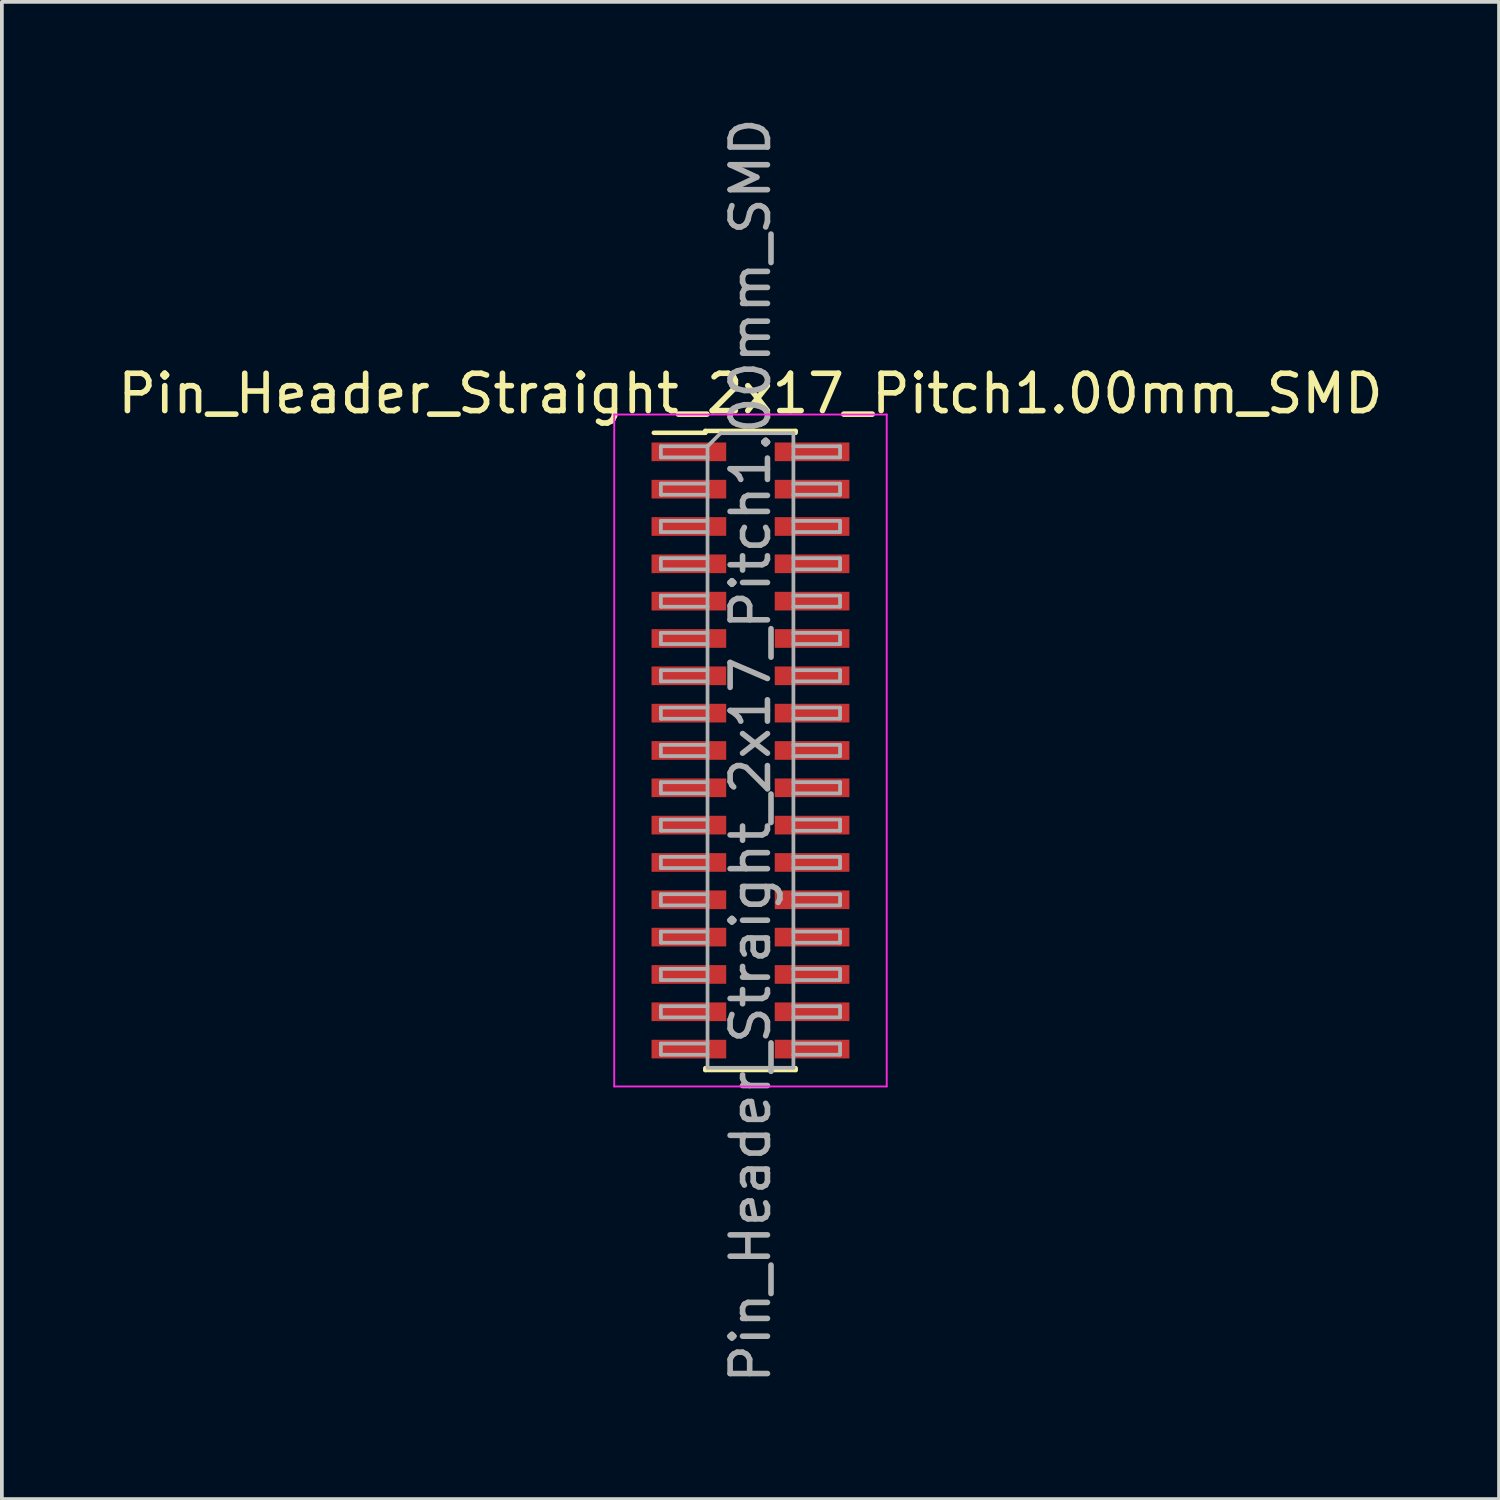
<source format=kicad_pcb>
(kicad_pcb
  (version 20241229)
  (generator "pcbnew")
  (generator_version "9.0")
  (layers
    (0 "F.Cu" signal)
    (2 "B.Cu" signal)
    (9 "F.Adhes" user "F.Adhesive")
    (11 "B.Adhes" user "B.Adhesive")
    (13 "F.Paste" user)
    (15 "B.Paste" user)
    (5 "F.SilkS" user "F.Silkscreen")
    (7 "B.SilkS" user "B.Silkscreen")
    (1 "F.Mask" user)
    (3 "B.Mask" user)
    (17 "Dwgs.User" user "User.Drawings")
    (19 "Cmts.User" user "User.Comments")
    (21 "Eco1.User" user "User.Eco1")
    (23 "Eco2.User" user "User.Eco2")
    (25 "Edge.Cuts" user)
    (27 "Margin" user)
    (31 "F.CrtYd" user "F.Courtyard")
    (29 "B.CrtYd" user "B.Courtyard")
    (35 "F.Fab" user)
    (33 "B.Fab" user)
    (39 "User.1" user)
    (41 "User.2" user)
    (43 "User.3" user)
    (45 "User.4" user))
  (footprint "Pin_Header_Straight_2x17_Pitch1.00mm_SMD"
    (layer "F.Cu")
    (at 17.054 17.054)
    (property "Reference" "Pin_Header_Straight_2x17_Pitch1.00mm_SMD" (at 0 -9.56 0) (layer "F.SilkS") (effects (font (size 1 1) (thickness 0.15))))
    (attr smd)
    (fp_line (start -2.59 -8.51) (end -1.21 -8.51) (stroke (width 0.12) (type solid)) (layer "F.SilkS"))
    (fp_line (start -1.21 -8.56) (end -1.21 -8.51) (stroke (width 0.12) (type solid)) (layer "F.SilkS"))
    (fp_line (start -1.21 -8.56) (end 1.21 -8.56) (stroke (width 0.12) (type solid)) (layer "F.SilkS"))
    (fp_line (start -1.21 8.51) (end -1.21 8.56) (stroke (width 0.12) (type solid)) (layer "F.SilkS"))
    (fp_line (start -1.21 8.56) (end 1.21 8.56) (stroke (width 0.12) (type solid)) (layer "F.SilkS"))
    (fp_line (start 1.21 -8.56) (end 1.21 -8.51) (stroke (width 0.12) (type solid)) (layer "F.SilkS"))
    (fp_line (start 1.21 8.51) (end 1.21 8.56) (stroke (width 0.12) (type solid)) (layer "F.SilkS"))
    (fp_line (start -3.65 -9) (end -3.65 9) (stroke (width 0.05) (type solid)) (layer "F.CrtYd"))
    (fp_line (start -3.65 9) (end 3.65 9) (stroke (width 0.05) (type solid)) (layer "F.CrtYd"))
    (fp_line (start 3.65 -9) (end -3.65 -9) (stroke (width 0.05) (type solid)) (layer "F.CrtYd"))
    (fp_line (start 3.65 9) (end 3.65 -9) (stroke (width 0.05) (type solid)) (layer "F.CrtYd"))
    (fp_line (start -2.4 -8.15) (end -2.4 -7.85) (stroke (width 0.1) (type solid)) (layer "F.Fab"))
    (fp_line (start -2.4 -7.85) (end -1.15 -7.85) (stroke (width 0.1) (type solid)) (layer "F.Fab"))
    (fp_line (start -2.4 -7.15) (end -2.4 -6.85) (stroke (width 0.1) (type solid)) (layer "F.Fab"))
    (fp_line (start -2.4 -6.85) (end -1.15 -6.85) (stroke (width 0.1) (type solid)) (layer "F.Fab"))
    (fp_line (start -2.4 -6.15) (end -2.4 -5.85) (stroke (width 0.1) (type solid)) (layer "F.Fab"))
    (fp_line (start -2.4 -5.85) (end -1.15 -5.85) (stroke (width 0.1) (type solid)) (layer "F.Fab"))
    (fp_line (start -2.4 -5.15) (end -2.4 -4.85) (stroke (width 0.1) (type solid)) (layer "F.Fab"))
    (fp_line (start -2.4 -4.85) (end -1.15 -4.85) (stroke (width 0.1) (type solid)) (layer "F.Fab"))
    (fp_line (start -2.4 -4.15) (end -2.4 -3.85) (stroke (width 0.1) (type solid)) (layer "F.Fab"))
    (fp_line (start -2.4 -3.85) (end -1.15 -3.85) (stroke (width 0.1) (type solid)) (layer "F.Fab"))
    (fp_line (start -2.4 -3.15) (end -2.4 -2.85) (stroke (width 0.1) (type solid)) (layer "F.Fab"))
    (fp_line (start -2.4 -2.85) (end -1.15 -2.85) (stroke (width 0.1) (type solid)) (layer "F.Fab"))
    (fp_line (start -2.4 -2.15) (end -2.4 -1.85) (stroke (width 0.1) (type solid)) (layer "F.Fab"))
    (fp_line (start -2.4 -1.85) (end -1.15 -1.85) (stroke (width 0.1) (type solid)) (layer "F.Fab"))
    (fp_line (start -2.4 -1.15) (end -2.4 -0.85) (stroke (width 0.1) (type solid)) (layer "F.Fab"))
    (fp_line (start -2.4 -0.85) (end -1.15 -0.85) (stroke (width 0.1) (type solid)) (layer "F.Fab"))
    (fp_line (start -2.4 -0.15) (end -2.4 0.15) (stroke (width 0.1) (type solid)) (layer "F.Fab"))
    (fp_line (start -2.4 0.15) (end -1.15 0.15) (stroke (width 0.1) (type solid)) (layer "F.Fab"))
    (fp_line (start -2.4 0.85) (end -2.4 1.15) (stroke (width 0.1) (type solid)) (layer "F.Fab"))
    (fp_line (start -2.4 1.15) (end -1.15 1.15) (stroke (width 0.1) (type solid)) (layer "F.Fab"))
    (fp_line (start -2.4 1.85) (end -2.4 2.15) (stroke (width 0.1) (type solid)) (layer "F.Fab"))
    (fp_line (start -2.4 2.15) (end -1.15 2.15) (stroke (width 0.1) (type solid)) (layer "F.Fab"))
    (fp_line (start -2.4 2.85) (end -2.4 3.15) (stroke (width 0.1) (type solid)) (layer "F.Fab"))
    (fp_line (start -2.4 3.15) (end -1.15 3.15) (stroke (width 0.1) (type solid)) (layer "F.Fab"))
    (fp_line (start -2.4 3.85) (end -2.4 4.15) (stroke (width 0.1) (type solid)) (layer "F.Fab"))
    (fp_line (start -2.4 4.15) (end -1.15 4.15) (stroke (width 0.1) (type solid)) (layer "F.Fab"))
    (fp_line (start -2.4 4.85) (end -2.4 5.15) (stroke (width 0.1) (type solid)) (layer "F.Fab"))
    (fp_line (start -2.4 5.15) (end -1.15 5.15) (stroke (width 0.1) (type solid)) (layer "F.Fab"))
    (fp_line (start -2.4 5.85) (end -2.4 6.15) (stroke (width 0.1) (type solid)) (layer "F.Fab"))
    (fp_line (start -2.4 6.15) (end -1.15 6.15) (stroke (width 0.1) (type solid)) (layer "F.Fab"))
    (fp_line (start -2.4 6.85) (end -2.4 7.15) (stroke (width 0.1) (type solid)) (layer "F.Fab"))
    (fp_line (start -2.4 7.15) (end -1.15 7.15) (stroke (width 0.1) (type solid)) (layer "F.Fab"))
    (fp_line (start -2.4 7.85) (end -2.4 8.15) (stroke (width 0.1) (type solid)) (layer "F.Fab"))
    (fp_line (start -2.4 8.15) (end -1.15 8.15) (stroke (width 0.1) (type solid)) (layer "F.Fab"))
    (fp_line (start -1.15 -8.15) (end -2.4 -8.15) (stroke (width 0.1) (type solid)) (layer "F.Fab"))
    (fp_line (start -1.15 -8.15) (end -0.8 -8.5) (stroke (width 0.1) (type solid)) (layer "F.Fab"))
    (fp_line (start -1.15 -7.15) (end -2.4 -7.15) (stroke (width 0.1) (type solid)) (layer "F.Fab"))
    (fp_line (start -1.15 -6.15) (end -2.4 -6.15) (stroke (width 0.1) (type solid)) (layer "F.Fab"))
    (fp_line (start -1.15 -5.15) (end -2.4 -5.15) (stroke (width 0.1) (type solid)) (layer "F.Fab"))
    (fp_line (start -1.15 -4.15) (end -2.4 -4.15) (stroke (width 0.1) (type solid)) (layer "F.Fab"))
    (fp_line (start -1.15 -3.15) (end -2.4 -3.15) (stroke (width 0.1) (type solid)) (layer "F.Fab"))
    (fp_line (start -1.15 -2.15) (end -2.4 -2.15) (stroke (width 0.1) (type solid)) (layer "F.Fab"))
    (fp_line (start -1.15 -1.15) (end -2.4 -1.15) (stroke (width 0.1) (type solid)) (layer "F.Fab"))
    (fp_line (start -1.15 -0.15) (end -2.4 -0.15) (stroke (width 0.1) (type solid)) (layer "F.Fab"))
    (fp_line (start -1.15 0.85) (end -2.4 0.85) (stroke (width 0.1) (type solid)) (layer "F.Fab"))
    (fp_line (start -1.15 1.85) (end -2.4 1.85) (stroke (width 0.1) (type solid)) (layer "F.Fab"))
    (fp_line (start -1.15 2.85) (end -2.4 2.85) (stroke (width 0.1) (type solid)) (layer "F.Fab"))
    (fp_line (start -1.15 3.85) (end -2.4 3.85) (stroke (width 0.1) (type solid)) (layer "F.Fab"))
    (fp_line (start -1.15 4.85) (end -2.4 4.85) (stroke (width 0.1) (type solid)) (layer "F.Fab"))
    (fp_line (start -1.15 5.85) (end -2.4 5.85) (stroke (width 0.1) (type solid)) (layer "F.Fab"))
    (fp_line (start -1.15 6.85) (end -2.4 6.85) (stroke (width 0.1) (type solid)) (layer "F.Fab"))
    (fp_line (start -1.15 7.85) (end -2.4 7.85) (stroke (width 0.1) (type solid)) (layer "F.Fab"))
    (fp_line (start -1.15 8.5) (end -1.15 -8.15) (stroke (width 0.1) (type solid)) (layer "F.Fab"))
    (fp_line (start -0.8 -8.5) (end 1.15 -8.5) (stroke (width 0.1) (type solid)) (layer "F.Fab"))
    (fp_line (start 1.15 -8.5) (end 1.15 8.5) (stroke (width 0.1) (type solid)) (layer "F.Fab"))
    (fp_line (start 1.15 -8.15) (end 2.4 -8.15) (stroke (width 0.1) (type solid)) (layer "F.Fab"))
    (fp_line (start 1.15 -7.15) (end 2.4 -7.15) (stroke (width 0.1) (type solid)) (layer "F.Fab"))
    (fp_line (start 1.15 -6.15) (end 2.4 -6.15) (stroke (width 0.1) (type solid)) (layer "F.Fab"))
    (fp_line (start 1.15 -5.15) (end 2.4 -5.15) (stroke (width 0.1) (type solid)) (layer "F.Fab"))
    (fp_line (start 1.15 -4.15) (end 2.4 -4.15) (stroke (width 0.1) (type solid)) (layer "F.Fab"))
    (fp_line (start 1.15 -3.15) (end 2.4 -3.15) (stroke (width 0.1) (type solid)) (layer "F.Fab"))
    (fp_line (start 1.15 -2.15) (end 2.4 -2.15) (stroke (width 0.1) (type solid)) (layer "F.Fab"))
    (fp_line (start 1.15 -1.15) (end 2.4 -1.15) (stroke (width 0.1) (type solid)) (layer "F.Fab"))
    (fp_line (start 1.15 -0.15) (end 2.4 -0.15) (stroke (width 0.1) (type solid)) (layer "F.Fab"))
    (fp_line (start 1.15 0.85) (end 2.4 0.85) (stroke (width 0.1) (type solid)) (layer "F.Fab"))
    (fp_line (start 1.15 1.85) (end 2.4 1.85) (stroke (width 0.1) (type solid)) (layer "F.Fab"))
    (fp_line (start 1.15 2.85) (end 2.4 2.85) (stroke (width 0.1) (type solid)) (layer "F.Fab"))
    (fp_line (start 1.15 3.85) (end 2.4 3.85) (stroke (width 0.1) (type solid)) (layer "F.Fab"))
    (fp_line (start 1.15 4.85) (end 2.4 4.85) (stroke (width 0.1) (type solid)) (layer "F.Fab"))
    (fp_line (start 1.15 5.85) (end 2.4 5.85) (stroke (width 0.1) (type solid)) (layer "F.Fab"))
    (fp_line (start 1.15 6.85) (end 2.4 6.85) (stroke (width 0.1) (type solid)) (layer "F.Fab"))
    (fp_line (start 1.15 7.85) (end 2.4 7.85) (stroke (width 0.1) (type solid)) (layer "F.Fab"))
    (fp_line (start 1.15 8.5) (end -1.15 8.5) (stroke (width 0.1) (type solid)) (layer "F.Fab"))
    (fp_line (start 2.4 -8.15) (end 2.4 -7.85) (stroke (width 0.1) (type solid)) (layer "F.Fab"))
    (fp_line (start 2.4 -7.85) (end 1.15 -7.85) (stroke (width 0.1) (type solid)) (layer "F.Fab"))
    (fp_line (start 2.4 -7.15) (end 2.4 -6.85) (stroke (width 0.1) (type solid)) (layer "F.Fab"))
    (fp_line (start 2.4 -6.85) (end 1.15 -6.85) (stroke (width 0.1) (type solid)) (layer "F.Fab"))
    (fp_line (start 2.4 -6.15) (end 2.4 -5.85) (stroke (width 0.1) (type solid)) (layer "F.Fab"))
    (fp_line (start 2.4 -5.85) (end 1.15 -5.85) (stroke (width 0.1) (type solid)) (layer "F.Fab"))
    (fp_line (start 2.4 -5.15) (end 2.4 -4.85) (stroke (width 0.1) (type solid)) (layer "F.Fab"))
    (fp_line (start 2.4 -4.85) (end 1.15 -4.85) (stroke (width 0.1) (type solid)) (layer "F.Fab"))
    (fp_line (start 2.4 -4.15) (end 2.4 -3.85) (stroke (width 0.1) (type solid)) (layer "F.Fab"))
    (fp_line (start 2.4 -3.85) (end 1.15 -3.85) (stroke (width 0.1) (type solid)) (layer "F.Fab"))
    (fp_line (start 2.4 -3.15) (end 2.4 -2.85) (stroke (width 0.1) (type solid)) (layer "F.Fab"))
    (fp_line (start 2.4 -2.85) (end 1.15 -2.85) (stroke (width 0.1) (type solid)) (layer "F.Fab"))
    (fp_line (start 2.4 -2.15) (end 2.4 -1.85) (stroke (width 0.1) (type solid)) (layer "F.Fab"))
    (fp_line (start 2.4 -1.85) (end 1.15 -1.85) (stroke (width 0.1) (type solid)) (layer "F.Fab"))
    (fp_line (start 2.4 -1.15) (end 2.4 -0.85) (stroke (width 0.1) (type solid)) (layer "F.Fab"))
    (fp_line (start 2.4 -0.85) (end 1.15 -0.85) (stroke (width 0.1) (type solid)) (layer "F.Fab"))
    (fp_line (start 2.4 -0.15) (end 2.4 0.15) (stroke (width 0.1) (type solid)) (layer "F.Fab"))
    (fp_line (start 2.4 0.15) (end 1.15 0.15) (stroke (width 0.1) (type solid)) (layer "F.Fab"))
    (fp_line (start 2.4 0.85) (end 2.4 1.15) (stroke (width 0.1) (type solid)) (layer "F.Fab"))
    (fp_line (start 2.4 1.15) (end 1.15 1.15) (stroke (width 0.1) (type solid)) (layer "F.Fab"))
    (fp_line (start 2.4 1.85) (end 2.4 2.15) (stroke (width 0.1) (type solid)) (layer "F.Fab"))
    (fp_line (start 2.4 2.15) (end 1.15 2.15) (stroke (width 0.1) (type solid)) (layer "F.Fab"))
    (fp_line (start 2.4 2.85) (end 2.4 3.15) (stroke (width 0.1) (type solid)) (layer "F.Fab"))
    (fp_line (start 2.4 3.15) (end 1.15 3.15) (stroke (width 0.1) (type solid)) (layer "F.Fab"))
    (fp_line (start 2.4 3.85) (end 2.4 4.15) (stroke (width 0.1) (type solid)) (layer "F.Fab"))
    (fp_line (start 2.4 4.15) (end 1.15 4.15) (stroke (width 0.1) (type solid)) (layer "F.Fab"))
    (fp_line (start 2.4 4.85) (end 2.4 5.15) (stroke (width 0.1) (type solid)) (layer "F.Fab"))
    (fp_line (start 2.4 5.15) (end 1.15 5.15) (stroke (width 0.1) (type solid)) (layer "F.Fab"))
    (fp_line (start 2.4 5.85) (end 2.4 6.15) (stroke (width 0.1) (type solid)) (layer "F.Fab"))
    (fp_line (start 2.4 6.15) (end 1.15 6.15) (stroke (width 0.1) (type solid)) (layer "F.Fab"))
    (fp_line (start 2.4 6.85) (end 2.4 7.15) (stroke (width 0.1) (type solid)) (layer "F.Fab"))
    (fp_line (start 2.4 7.15) (end 1.15 7.15) (stroke (width 0.1) (type solid)) (layer "F.Fab"))
    (fp_line (start 2.4 7.85) (end 2.4 8.15) (stroke (width 0.1) (type solid)) (layer "F.Fab"))
    (fp_line (start 2.4 8.15) (end 1.15 8.15) (stroke (width 0.1) (type solid)) (layer "F.Fab"))
    (fp_text user "${REFERENCE}" (at 0 0 90) (layer "F.Fab") (effects (font (size 1 1) (thickness 0.15))))
    (pad "1" smd rect (at -1.65 -8) (size 2 0.5) (layers "F.Cu" "F.Mask" "F.Paste"))
    (pad "2" smd rect (at 1.65 -8) (size 2 0.5) (layers "F.Cu" "F.Mask" "F.Paste"))
    (pad "3" smd rect (at -1.65 -7) (size 2 0.5) (layers "F.Cu" "F.Mask" "F.Paste"))
    (pad "4" smd rect (at 1.65 -7) (size 2 0.5) (layers "F.Cu" "F.Mask" "F.Paste"))
    (pad "5" smd rect (at -1.65 -6) (size 2 0.5) (layers "F.Cu" "F.Mask" "F.Paste"))
    (pad "6" smd rect (at 1.65 -6) (size 2 0.5) (layers "F.Cu" "F.Mask" "F.Paste"))
    (pad "7" smd rect (at -1.65 -5) (size 2 0.5) (layers "F.Cu" "F.Mask" "F.Paste"))
    (pad "8" smd rect (at 1.65 -5) (size 2 0.5) (layers "F.Cu" "F.Mask" "F.Paste"))
    (pad "9" smd rect (at -1.65 -4) (size 2 0.5) (layers "F.Cu" "F.Mask" "F.Paste"))
    (pad "10" smd rect (at 1.65 -4) (size 2 0.5) (layers "F.Cu" "F.Mask" "F.Paste"))
    (pad "11" smd rect (at -1.65 -3) (size 2 0.5) (layers "F.Cu" "F.Mask" "F.Paste"))
    (pad "12" smd rect (at 1.65 -3) (size 2 0.5) (layers "F.Cu" "F.Mask" "F.Paste"))
    (pad "13" smd rect (at -1.65 -2) (size 2 0.5) (layers "F.Cu" "F.Mask" "F.Paste"))
    (pad "14" smd rect (at 1.65 -2) (size 2 0.5) (layers "F.Cu" "F.Mask" "F.Paste"))
    (pad "15" smd rect (at -1.65 -1) (size 2 0.5) (layers "F.Cu" "F.Mask" "F.Paste"))
    (pad "16" smd rect (at 1.65 -1) (size 2 0.5) (layers "F.Cu" "F.Mask" "F.Paste"))
    (pad "17" smd rect (at -1.65 0) (size 2 0.5) (layers "F.Cu" "F.Mask" "F.Paste"))
    (pad "18" smd rect (at 1.65 0) (size 2 0.5) (layers "F.Cu" "F.Mask" "F.Paste"))
    (pad "19" smd rect (at -1.65 1) (size 2 0.5) (layers "F.Cu" "F.Mask" "F.Paste"))
    (pad "20" smd rect (at 1.65 1) (size 2 0.5) (layers "F.Cu" "F.Mask" "F.Paste"))
    (pad "21" smd rect (at -1.65 2) (size 2 0.5) (layers "F.Cu" "F.Mask" "F.Paste"))
    (pad "22" smd rect (at 1.65 2) (size 2 0.5) (layers "F.Cu" "F.Mask" "F.Paste"))
    (pad "23" smd rect (at -1.65 3) (size 2 0.5) (layers "F.Cu" "F.Mask" "F.Paste"))
    (pad "24" smd rect (at 1.65 3) (size 2 0.5) (layers "F.Cu" "F.Mask" "F.Paste"))
    (pad "25" smd rect (at -1.65 4) (size 2 0.5) (layers "F.Cu" "F.Mask" "F.Paste"))
    (pad "26" smd rect (at 1.65 4) (size 2 0.5) (layers "F.Cu" "F.Mask" "F.Paste"))
    (pad "27" smd rect (at -1.65 5) (size 2 0.5) (layers "F.Cu" "F.Mask" "F.Paste"))
    (pad "28" smd rect (at 1.65 5) (size 2 0.5) (layers "F.Cu" "F.Mask" "F.Paste"))
    (pad "29" smd rect (at -1.65 6) (size 2 0.5) (layers "F.Cu" "F.Mask" "F.Paste"))
    (pad "30" smd rect (at 1.65 6) (size 2 0.5) (layers "F.Cu" "F.Mask" "F.Paste"))
    (pad "31" smd rect (at -1.65 7) (size 2 0.5) (layers "F.Cu" "F.Mask" "F.Paste"))
    (pad "32" smd rect (at 1.65 7) (size 2 0.5) (layers "F.Cu" "F.Mask" "F.Paste"))
    (pad "33" smd rect (at -1.65 8) (size 2 0.5) (layers "F.Cu" "F.Mask" "F.Paste"))
    (pad "34" smd rect (at 1.65 8) (size 2 0.5) (layers "F.Cu" "F.Mask" "F.Paste")))
  (gr_rect
    (start -3 -3)
    (end 37.107 37.107)
    (stroke (width 0.1) (type default))
    (fill no)
    (layer "Edge.Cuts")))
</source>
